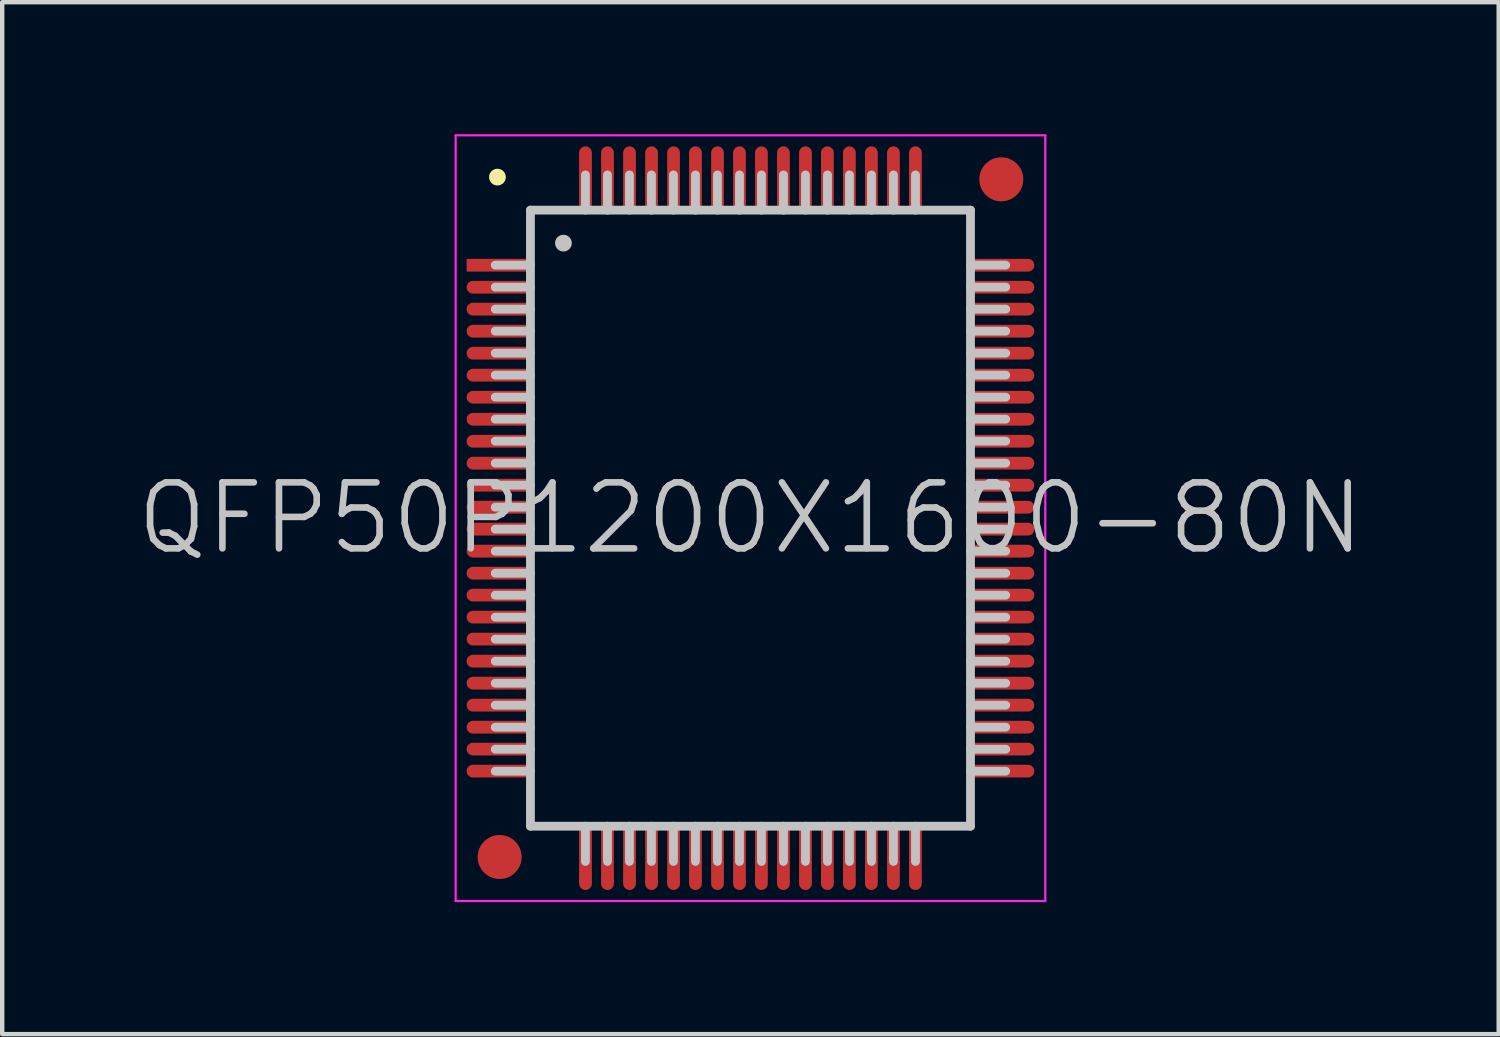
<source format=kicad_pcb>
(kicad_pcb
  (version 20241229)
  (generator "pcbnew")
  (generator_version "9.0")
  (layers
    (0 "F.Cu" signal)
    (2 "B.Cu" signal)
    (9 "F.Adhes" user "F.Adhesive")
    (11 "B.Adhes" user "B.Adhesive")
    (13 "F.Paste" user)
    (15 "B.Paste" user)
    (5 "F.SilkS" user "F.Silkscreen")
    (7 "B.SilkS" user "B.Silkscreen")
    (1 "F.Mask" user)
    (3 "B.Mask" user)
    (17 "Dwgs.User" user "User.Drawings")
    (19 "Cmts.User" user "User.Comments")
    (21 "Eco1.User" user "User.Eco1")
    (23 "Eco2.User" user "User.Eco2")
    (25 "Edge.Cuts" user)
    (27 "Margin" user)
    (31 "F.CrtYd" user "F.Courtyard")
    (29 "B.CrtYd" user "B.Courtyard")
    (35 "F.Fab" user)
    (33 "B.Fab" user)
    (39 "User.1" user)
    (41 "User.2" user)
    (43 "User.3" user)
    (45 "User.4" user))
  (footprint "QFP50P1200X1600-80N"
    (layer "F.Cu")
    (at 14.004 8.725)
    (property "Reference" "QFP50P1200X1600-80N" (at 0 0 0) (layer "Dwgs.User") (effects (font (size 1.5 1.5) (thickness 0.15))))
    (attr smd)
    (fp_line (start -5.75 -7.75) (end -5.75 -7.75) (stroke (width 0.381) (type solid)) (layer "F.SilkS"))
    (fp_line (start -5 -7) (end -5 7) (stroke (width 0.2) (type solid)) (layer "Dwgs.User"))
    (fp_line (start -5 -7) (end 5 -7) (stroke (width 0.2) (type solid)) (layer "Dwgs.User"))
    (fp_line (start -5 -5.75) (end -5.8 -5.75) (stroke (width 0.2) (type solid)) (layer "Dwgs.User"))
    (fp_line (start -5 -5.25) (end -5.8 -5.25) (stroke (width 0.2) (type solid)) (layer "Dwgs.User"))
    (fp_line (start -5 -4.75) (end -5.8 -4.75) (stroke (width 0.2) (type solid)) (layer "Dwgs.User"))
    (fp_line (start -5 -4.25) (end -5.8 -4.25) (stroke (width 0.2) (type solid)) (layer "Dwgs.User"))
    (fp_line (start -5 -3.75) (end -5.8 -3.75) (stroke (width 0.2) (type solid)) (layer "Dwgs.User"))
    (fp_line (start -5 -3.25) (end -5.8 -3.25) (stroke (width 0.2) (type solid)) (layer "Dwgs.User"))
    (fp_line (start -5 -2.75) (end -5.8 -2.75) (stroke (width 0.2) (type solid)) (layer "Dwgs.User"))
    (fp_line (start -5 -2.25) (end -5.8 -2.25) (stroke (width 0.2) (type solid)) (layer "Dwgs.User"))
    (fp_line (start -5 -1.75) (end -5.8 -1.75) (stroke (width 0.2) (type solid)) (layer "Dwgs.User"))
    (fp_line (start -5 -1.25) (end -5.8 -1.25) (stroke (width 0.2) (type solid)) (layer "Dwgs.User"))
    (fp_line (start -5 -0.75) (end -5.8 -0.75) (stroke (width 0.2) (type solid)) (layer "Dwgs.User"))
    (fp_line (start -5 -0.25) (end -5.8 -0.25) (stroke (width 0.2) (type solid)) (layer "Dwgs.User"))
    (fp_line (start -5 0.25) (end -5.8 0.25) (stroke (width 0.2) (type solid)) (layer "Dwgs.User"))
    (fp_line (start -5 0.75) (end -5.8 0.75) (stroke (width 0.2) (type solid)) (layer "Dwgs.User"))
    (fp_line (start -5 1.25) (end -5.8 1.25) (stroke (width 0.2) (type solid)) (layer "Dwgs.User"))
    (fp_line (start -5 1.75) (end -5.8 1.75) (stroke (width 0.2) (type solid)) (layer "Dwgs.User"))
    (fp_line (start -5 2.25) (end -5.8 2.25) (stroke (width 0.2) (type solid)) (layer "Dwgs.User"))
    (fp_line (start -5 2.75) (end -5.8 2.75) (stroke (width 0.2) (type solid)) (layer "Dwgs.User"))
    (fp_line (start -5 3.25) (end -5.8 3.25) (stroke (width 0.2) (type solid)) (layer "Dwgs.User"))
    (fp_line (start -5 3.75) (end -5.8 3.75) (stroke (width 0.2) (type solid)) (layer "Dwgs.User"))
    (fp_line (start -5 4.25) (end -5.8 4.25) (stroke (width 0.2) (type solid)) (layer "Dwgs.User"))
    (fp_line (start -5 4.75) (end -5.8 4.75) (stroke (width 0.2) (type solid)) (layer "Dwgs.User"))
    (fp_line (start -5 5.25) (end -5.8 5.25) (stroke (width 0.2) (type solid)) (layer "Dwgs.User"))
    (fp_line (start -5 5.75) (end -5.8 5.75) (stroke (width 0.2) (type solid)) (layer "Dwgs.User"))
    (fp_line (start -5 7) (end 5 7) (stroke (width 0.2) (type solid)) (layer "Dwgs.User"))
    (fp_line (start -4.25 -6.25) (end -4.25 -6.25) (stroke (width 0.381) (type solid)) (layer "Dwgs.User"))
    (fp_line (start -3.75 -7) (end -3.75 -7.8) (stroke (width 0.2) (type solid)) (layer "Dwgs.User"))
    (fp_line (start -3.75 7.8) (end -3.75 7) (stroke (width 0.2) (type solid)) (layer "Dwgs.User"))
    (fp_line (start -3.25 -7) (end -3.25 -7.8) (stroke (width 0.2) (type solid)) (layer "Dwgs.User"))
    (fp_line (start -3.25 7.8) (end -3.25 7) (stroke (width 0.2) (type solid)) (layer "Dwgs.User"))
    (fp_line (start -2.75 -7) (end -2.75 -7.8) (stroke (width 0.2) (type solid)) (layer "Dwgs.User"))
    (fp_line (start -2.75 7.8) (end -2.75 7) (stroke (width 0.2) (type solid)) (layer "Dwgs.User"))
    (fp_line (start -2.25 -7) (end -2.25 -7.8) (stroke (width 0.2) (type solid)) (layer "Dwgs.User"))
    (fp_line (start -2.25 7.8) (end -2.25 7) (stroke (width 0.2) (type solid)) (layer "Dwgs.User"))
    (fp_line (start -1.75 -7) (end -1.75 -7.8) (stroke (width 0.2) (type solid)) (layer "Dwgs.User"))
    (fp_line (start -1.75 7.8) (end -1.75 7) (stroke (width 0.2) (type solid)) (layer "Dwgs.User"))
    (fp_line (start -1.25 -7) (end -1.25 -7.8) (stroke (width 0.2) (type solid)) (layer "Dwgs.User"))
    (fp_line (start -1.25 7.8) (end -1.25 7) (stroke (width 0.2) (type solid)) (layer "Dwgs.User"))
    (fp_line (start -0.75 -7) (end -0.75 -7.8) (stroke (width 0.2) (type solid)) (layer "Dwgs.User"))
    (fp_line (start -0.75 7.8) (end -0.75 7) (stroke (width 0.2) (type solid)) (layer "Dwgs.User"))
    (fp_line (start -0.25 -7) (end -0.25 -7.8) (stroke (width 0.2) (type solid)) (layer "Dwgs.User"))
    (fp_line (start -0.25 7.8) (end -0.25 7) (stroke (width 0.2) (type solid)) (layer "Dwgs.User"))
    (fp_line (start 0.25 -7) (end 0.25 -7.8) (stroke (width 0.2) (type solid)) (layer "Dwgs.User"))
    (fp_line (start 0.25 7.8) (end 0.25 7) (stroke (width 0.2) (type solid)) (layer "Dwgs.User"))
    (fp_line (start 0.75 -7) (end 0.75 -7.8) (stroke (width 0.2) (type solid)) (layer "Dwgs.User"))
    (fp_line (start 0.75 7.8) (end 0.75 7) (stroke (width 0.2) (type solid)) (layer "Dwgs.User"))
    (fp_line (start 1.25 -7) (end 1.25 -7.8) (stroke (width 0.2) (type solid)) (layer "Dwgs.User"))
    (fp_line (start 1.25 7.8) (end 1.25 7) (stroke (width 0.2) (type solid)) (layer "Dwgs.User"))
    (fp_line (start 1.75 -7) (end 1.75 -7.8) (stroke (width 0.2) (type solid)) (layer "Dwgs.User"))
    (fp_line (start 1.75 7.8) (end 1.75 7) (stroke (width 0.2) (type solid)) (layer "Dwgs.User"))
    (fp_line (start 2.25 -7) (end 2.25 -7.8) (stroke (width 0.2) (type solid)) (layer "Dwgs.User"))
    (fp_line (start 2.25 7.8) (end 2.25 7) (stroke (width 0.2) (type solid)) (layer "Dwgs.User"))
    (fp_line (start 2.75 -7) (end 2.75 -7.8) (stroke (width 0.2) (type solid)) (layer "Dwgs.User"))
    (fp_line (start 2.75 7.8) (end 2.75 7) (stroke (width 0.2) (type solid)) (layer "Dwgs.User"))
    (fp_line (start 3.25 -7) (end 3.25 -7.8) (stroke (width 0.2) (type solid)) (layer "Dwgs.User"))
    (fp_line (start 3.25 7.8) (end 3.25 7) (stroke (width 0.2) (type solid)) (layer "Dwgs.User"))
    (fp_line (start 3.75 -7) (end 3.75 -7.8) (stroke (width 0.2) (type solid)) (layer "Dwgs.User"))
    (fp_line (start 3.75 7.8) (end 3.75 7) (stroke (width 0.2) (type solid)) (layer "Dwgs.User"))
    (fp_line (start 5 -7) (end 5 7) (stroke (width 0.2) (type solid)) (layer "Dwgs.User"))
    (fp_line (start 5.8 -5.75) (end 5 -5.75) (stroke (width 0.2) (type solid)) (layer "Dwgs.User"))
    (fp_line (start 5.8 -5.25) (end 5 -5.25) (stroke (width 0.2) (type solid)) (layer "Dwgs.User"))
    (fp_line (start 5.8 -4.75) (end 5 -4.75) (stroke (width 0.2) (type solid)) (layer "Dwgs.User"))
    (fp_line (start 5.8 -4.25) (end 5 -4.25) (stroke (width 0.2) (type solid)) (layer "Dwgs.User"))
    (fp_line (start 5.8 -3.75) (end 5 -3.75) (stroke (width 0.2) (type solid)) (layer "Dwgs.User"))
    (fp_line (start 5.8 -3.25) (end 5 -3.25) (stroke (width 0.2) (type solid)) (layer "Dwgs.User"))
    (fp_line (start 5.8 -2.75) (end 5 -2.75) (stroke (width 0.2) (type solid)) (layer "Dwgs.User"))
    (fp_line (start 5.8 -2.25) (end 5 -2.25) (stroke (width 0.2) (type solid)) (layer "Dwgs.User"))
    (fp_line (start 5.8 -1.75) (end 5 -1.75) (stroke (width 0.2) (type solid)) (layer "Dwgs.User"))
    (fp_line (start 5.8 -1.25) (end 5 -1.25) (stroke (width 0.2) (type solid)) (layer "Dwgs.User"))
    (fp_line (start 5.8 -0.75) (end 5 -0.75) (stroke (width 0.2) (type solid)) (layer "Dwgs.User"))
    (fp_line (start 5.8 -0.25) (end 5 -0.25) (stroke (width 0.2) (type solid)) (layer "Dwgs.User"))
    (fp_line (start 5.8 0.25) (end 5 0.25) (stroke (width 0.2) (type solid)) (layer "Dwgs.User"))
    (fp_line (start 5.8 0.75) (end 5 0.75) (stroke (width 0.2) (type solid)) (layer "Dwgs.User"))
    (fp_line (start 5.8 1.25) (end 5 1.25) (stroke (width 0.2) (type solid)) (layer "Dwgs.User"))
    (fp_line (start 5.8 1.75) (end 5 1.75) (stroke (width 0.2) (type solid)) (layer "Dwgs.User"))
    (fp_line (start 5.8 2.25) (end 5 2.25) (stroke (width 0.2) (type solid)) (layer "Dwgs.User"))
    (fp_line (start 5.8 2.75) (end 5 2.75) (stroke (width 0.2) (type solid)) (layer "Dwgs.User"))
    (fp_line (start 5.8 3.25) (end 5 3.25) (stroke (width 0.2) (type solid)) (layer "Dwgs.User"))
    (fp_line (start 5.8 3.75) (end 5 3.75) (stroke (width 0.2) (type solid)) (layer "Dwgs.User"))
    (fp_line (start 5.8 4.25) (end 5 4.25) (stroke (width 0.2) (type solid)) (layer "Dwgs.User"))
    (fp_line (start 5.8 4.75) (end 5 4.75) (stroke (width 0.2) (type solid)) (layer "Dwgs.User"))
    (fp_line (start 5.8 5.25) (end 5 5.25) (stroke (width 0.2) (type solid)) (layer "Dwgs.User"))
    (fp_line (start 5.8 5.75) (end 5 5.75) (stroke (width 0.2) (type solid)) (layer "Dwgs.User"))
    (fp_line (start -6.7 -8.7) (end -6.7 8.7) (stroke (width 0.05) (type solid)) (layer "F.CrtYd"))
    (fp_line (start -6.7 -8.7) (end 6.7 -8.7) (stroke (width 0.05) (type solid)) (layer "F.CrtYd"))
    (fp_line (start -6.7 8.7) (end 6.7 8.7) (stroke (width 0.05) (type solid)) (layer "F.CrtYd"))
    (fp_line (start 6.7 -8.7) (end 6.7 8.7) (stroke (width 0.05) (type solid)) (layer "F.CrtYd"))
    (pad "" smd circle (at -5.7 7.7) (size 1 1) (layers "F.Cu" "F.Mask"))
    (pad "" smd circle (at 5.7 -7.7) (size 1 1) (layers "F.Cu" "F.Mask"))
    (pad "1" smd rect (at -5.7 -5.748 90) (size 0.29 1.5) (layers "F.Cu" "F.Mask" "F.Paste"))
    (pad "2" smd oval (at -5.7 -5.248 90) (size 0.29 1.5) (layers "F.Cu" "F.Mask" "F.Paste"))
    (pad "3" smd oval (at -5.7 -4.75 90) (size 0.29 1.5) (layers "F.Cu" "F.Mask" "F.Paste"))
    (pad "4" smd oval (at -5.7 -4.249 90) (size 0.29 1.5) (layers "F.Cu" "F.Mask" "F.Paste"))
    (pad "5" smd oval (at -5.7 -3.749 90) (size 0.29 1.5) (layers "F.Cu" "F.Mask" "F.Paste"))
    (pad "6" smd oval (at -5.7 -3.249 90) (size 0.29 1.5) (layers "F.Cu" "F.Mask" "F.Paste"))
    (pad "7" smd oval (at -5.7 -2.748 90) (size 0.29 1.5) (layers "F.Cu" "F.Mask" "F.Paste"))
    (pad "8" smd oval (at -5.7 -2.248 90) (size 0.29 1.5) (layers "F.Cu" "F.Mask" "F.Paste"))
    (pad "9" smd oval (at -5.7 -1.748 90) (size 0.29 1.5) (layers "F.Cu" "F.Mask" "F.Paste"))
    (pad "10" smd oval (at -5.7 -1.25 90) (size 0.29 1.5) (layers "F.Cu" "F.Mask" "F.Paste"))
    (pad "11" smd oval (at -5.7 -0.749 90) (size 0.29 1.5) (layers "F.Cu" "F.Mask" "F.Paste"))
    (pad "12" smd oval (at -5.7 -0.249 90) (size 0.29 1.5) (layers "F.Cu" "F.Mask" "F.Paste"))
    (pad "13" smd oval (at -5.7 0.249 90) (size 0.29 1.5) (layers "F.Cu" "F.Mask" "F.Paste"))
    (pad "14" smd oval (at -5.7 0.749 90) (size 0.29 1.5) (layers "F.Cu" "F.Mask" "F.Paste"))
    (pad "15" smd oval (at -5.7 1.25 90) (size 0.29 1.5) (layers "F.Cu" "F.Mask" "F.Paste"))
    (pad "16" smd oval (at -5.7 1.748 90) (size 0.29 1.5) (layers "F.Cu" "F.Mask" "F.Paste"))
    (pad "17" smd oval (at -5.7 2.248 90) (size 0.29 1.5) (layers "F.Cu" "F.Mask" "F.Paste"))
    (pad "18" smd oval (at -5.7 2.748 90) (size 0.29 1.5) (layers "F.Cu" "F.Mask" "F.Paste"))
    (pad "19" smd oval (at -5.7 3.249 90) (size 0.29 1.5) (layers "F.Cu" "F.Mask" "F.Paste"))
    (pad "20" smd oval (at -5.7 3.749 90) (size 0.29 1.5) (layers "F.Cu" "F.Mask" "F.Paste"))
    (pad "21" smd oval (at -5.7 4.249 90) (size 0.29 1.5) (layers "F.Cu" "F.Mask" "F.Paste"))
    (pad "22" smd oval (at -5.7 4.75 90) (size 0.29 1.5) (layers "F.Cu" "F.Mask" "F.Paste"))
    (pad "23" smd oval (at -5.7 5.248 90) (size 0.29 1.5) (layers "F.Cu" "F.Mask" "F.Paste"))
    (pad "24" smd oval (at -5.7 5.748 90) (size 0.29 1.5) (layers "F.Cu" "F.Mask" "F.Paste"))
    (pad "25" smd oval (at -3.749 7.699 180) (size 0.29 1.5) (layers "F.Cu" "F.Mask" "F.Paste"))
    (pad "26" smd oval (at -3.249 7.699 180) (size 0.29 1.5) (layers "F.Cu" "F.Mask" "F.Paste"))
    (pad "27" smd oval (at -2.748 7.699 180) (size 0.29 1.5) (layers "F.Cu" "F.Mask" "F.Paste"))
    (pad "28" smd oval (at -2.248 7.699 180) (size 0.29 1.5) (layers "F.Cu" "F.Mask" "F.Paste"))
    (pad "29" smd oval (at -1.748 7.699 180) (size 0.29 1.5) (layers "F.Cu" "F.Mask" "F.Paste"))
    (pad "30" smd oval (at -1.25 7.699 180) (size 0.29 1.5) (layers "F.Cu" "F.Mask" "F.Paste"))
    (pad "31" smd oval (at -0.749 7.699 180) (size 0.29 1.5) (layers "F.Cu" "F.Mask" "F.Paste"))
    (pad "32" smd oval (at -0.249 7.699 180) (size 0.29 1.5) (layers "F.Cu" "F.Mask" "F.Paste"))
    (pad "33" smd oval (at 0.249 7.699 180) (size 0.29 1.5) (layers "F.Cu" "F.Mask" "F.Paste"))
    (pad "34" smd oval (at 0.749 7.699 180) (size 0.29 1.5) (layers "F.Cu" "F.Mask" "F.Paste"))
    (pad "35" smd oval (at 1.25 7.699 180) (size 0.29 1.5) (layers "F.Cu" "F.Mask" "F.Paste"))
    (pad "36" smd oval (at 1.748 7.699 180) (size 0.29 1.5) (layers "F.Cu" "F.Mask" "F.Paste"))
    (pad "37" smd oval (at 2.248 7.699 180) (size 0.29 1.5) (layers "F.Cu" "F.Mask" "F.Paste"))
    (pad "38" smd oval (at 2.748 7.699 180) (size 0.29 1.5) (layers "F.Cu" "F.Mask" "F.Paste"))
    (pad "39" smd oval (at 3.249 7.699 180) (size 0.29 1.5) (layers "F.Cu" "F.Mask" "F.Paste"))
    (pad "40" smd oval (at 3.749 7.699 180) (size 0.29 1.5) (layers "F.Cu" "F.Mask" "F.Paste"))
    (pad "41" smd oval (at 5.7 5.748 270) (size 0.29 1.5) (layers "F.Cu" "F.Mask" "F.Paste"))
    (pad "42" smd oval (at 5.7 5.248 270) (size 0.29 1.5) (layers "F.Cu" "F.Mask" "F.Paste"))
    (pad "43" smd oval (at 5.7 4.75 270) (size 0.29 1.5) (layers "F.Cu" "F.Mask" "F.Paste"))
    (pad "44" smd oval (at 5.7 4.249 270) (size 0.29 1.5) (layers "F.Cu" "F.Mask" "F.Paste"))
    (pad "45" smd oval (at 5.7 3.749 270) (size 0.29 1.5) (layers "F.Cu" "F.Mask" "F.Paste"))
    (pad "46" smd oval (at 5.7 3.249 270) (size 0.29 1.5) (layers "F.Cu" "F.Mask" "F.Paste"))
    (pad "47" smd oval (at 5.7 2.748 270) (size 0.29 1.5) (layers "F.Cu" "F.Mask" "F.Paste"))
    (pad "48" smd oval (at 5.7 2.248 270) (size 0.29 1.5) (layers "F.Cu" "F.Mask" "F.Paste"))
    (pad "49" smd oval (at 5.7 1.748 270) (size 0.29 1.5) (layers "F.Cu" "F.Mask" "F.Paste"))
    (pad "50" smd oval (at 5.7 1.25 270) (size 0.29 1.5) (layers "F.Cu" "F.Mask" "F.Paste"))
    (pad "51" smd oval (at 5.7 0.749 270) (size 0.29 1.5) (layers "F.Cu" "F.Mask" "F.Paste"))
    (pad "52" smd oval (at 5.7 0.249 270) (size 0.29 1.5) (layers "F.Cu" "F.Mask" "F.Paste"))
    (pad "53" smd oval (at 5.7 -0.249 270) (size 0.29 1.5) (layers "F.Cu" "F.Mask" "F.Paste"))
    (pad "54" smd oval (at 5.7 -0.749 270) (size 0.29 1.5) (layers "F.Cu" "F.Mask" "F.Paste"))
    (pad "55" smd oval (at 5.7 -1.25 270) (size 0.29 1.5) (layers "F.Cu" "F.Mask" "F.Paste"))
    (pad "56" smd oval (at 5.7 -1.748 270) (size 0.29 1.5) (layers "F.Cu" "F.Mask" "F.Paste"))
    (pad "57" smd oval (at 5.7 -2.248 270) (size 0.29 1.5) (layers "F.Cu" "F.Mask" "F.Paste"))
    (pad "58" smd oval (at 5.7 -2.748 270) (size 0.29 1.5) (layers "F.Cu" "F.Mask" "F.Paste"))
    (pad "59" smd oval (at 5.7 -3.249 270) (size 0.29 1.5) (layers "F.Cu" "F.Mask" "F.Paste"))
    (pad "60" smd oval (at 5.7 -3.749 270) (size 0.29 1.5) (layers "F.Cu" "F.Mask" "F.Paste"))
    (pad "61" smd oval (at 5.7 -4.249 270) (size 0.29 1.5) (layers "F.Cu" "F.Mask" "F.Paste"))
    (pad "62" smd oval (at 5.7 -4.75 270) (size 0.29 1.5) (layers "F.Cu" "F.Mask" "F.Paste"))
    (pad "63" smd oval (at 5.7 -5.248 270) (size 0.29 1.5) (layers "F.Cu" "F.Mask" "F.Paste"))
    (pad "64" smd oval (at 5.7 -5.748 270) (size 0.29 1.5) (layers "F.Cu" "F.Mask" "F.Paste"))
    (pad "65" smd oval (at 3.749 -7.699) (size 0.29 1.5) (layers "F.Cu" "F.Mask" "F.Paste"))
    (pad "66" smd oval (at 3.249 -7.699) (size 0.29 1.5) (layers "F.Cu" "F.Mask" "F.Paste"))
    (pad "67" smd oval (at 2.748 -7.699) (size 0.29 1.5) (layers "F.Cu" "F.Mask" "F.Paste"))
    (pad "68" smd oval (at 2.248 -7.699) (size 0.29 1.5) (layers "F.Cu" "F.Mask" "F.Paste"))
    (pad "69" smd oval (at 1.748 -7.699) (size 0.29 1.5) (layers "F.Cu" "F.Mask" "F.Paste"))
    (pad "70" smd oval (at 1.25 -7.699) (size 0.29 1.5) (layers "F.Cu" "F.Mask" "F.Paste"))
    (pad "71" smd oval (at 0.749 -7.699) (size 0.29 1.5) (layers "F.Cu" "F.Mask" "F.Paste"))
    (pad "72" smd oval (at 0.249 -7.699) (size 0.29 1.5) (layers "F.Cu" "F.Mask" "F.Paste"))
    (pad "73" smd oval (at -0.249 -7.699) (size 0.29 1.5) (layers "F.Cu" "F.Mask" "F.Paste"))
    (pad "74" smd oval (at -0.749 -7.699) (size 0.29 1.5) (layers "F.Cu" "F.Mask" "F.Paste"))
    (pad "75" smd oval (at -1.25 -7.699) (size 0.29 1.5) (layers "F.Cu" "F.Mask" "F.Paste"))
    (pad "76" smd oval (at -1.748 -7.699) (size 0.29 1.5) (layers "F.Cu" "F.Mask" "F.Paste"))
    (pad "77" smd oval (at -2.248 -7.699) (size 0.29 1.5) (layers "F.Cu" "F.Mask" "F.Paste"))
    (pad "78" smd oval (at -2.748 -7.699) (size 0.29 1.5) (layers "F.Cu" "F.Mask" "F.Paste"))
    (pad "79" smd oval (at -3.249 -7.699) (size 0.29 1.5) (layers "F.Cu" "F.Mask" "F.Paste"))
    (pad "80" smd oval (at -3.749 -7.699) (size 0.29 1.5) (layers "F.Cu" "F.Mask" "F.Paste")))
  (gr_rect
    (start -3 -3)
    (end 31.007 20.45)
    (stroke (width 0.1) (type default))
    (fill no)
    (layer "Edge.Cuts")))
</source>
